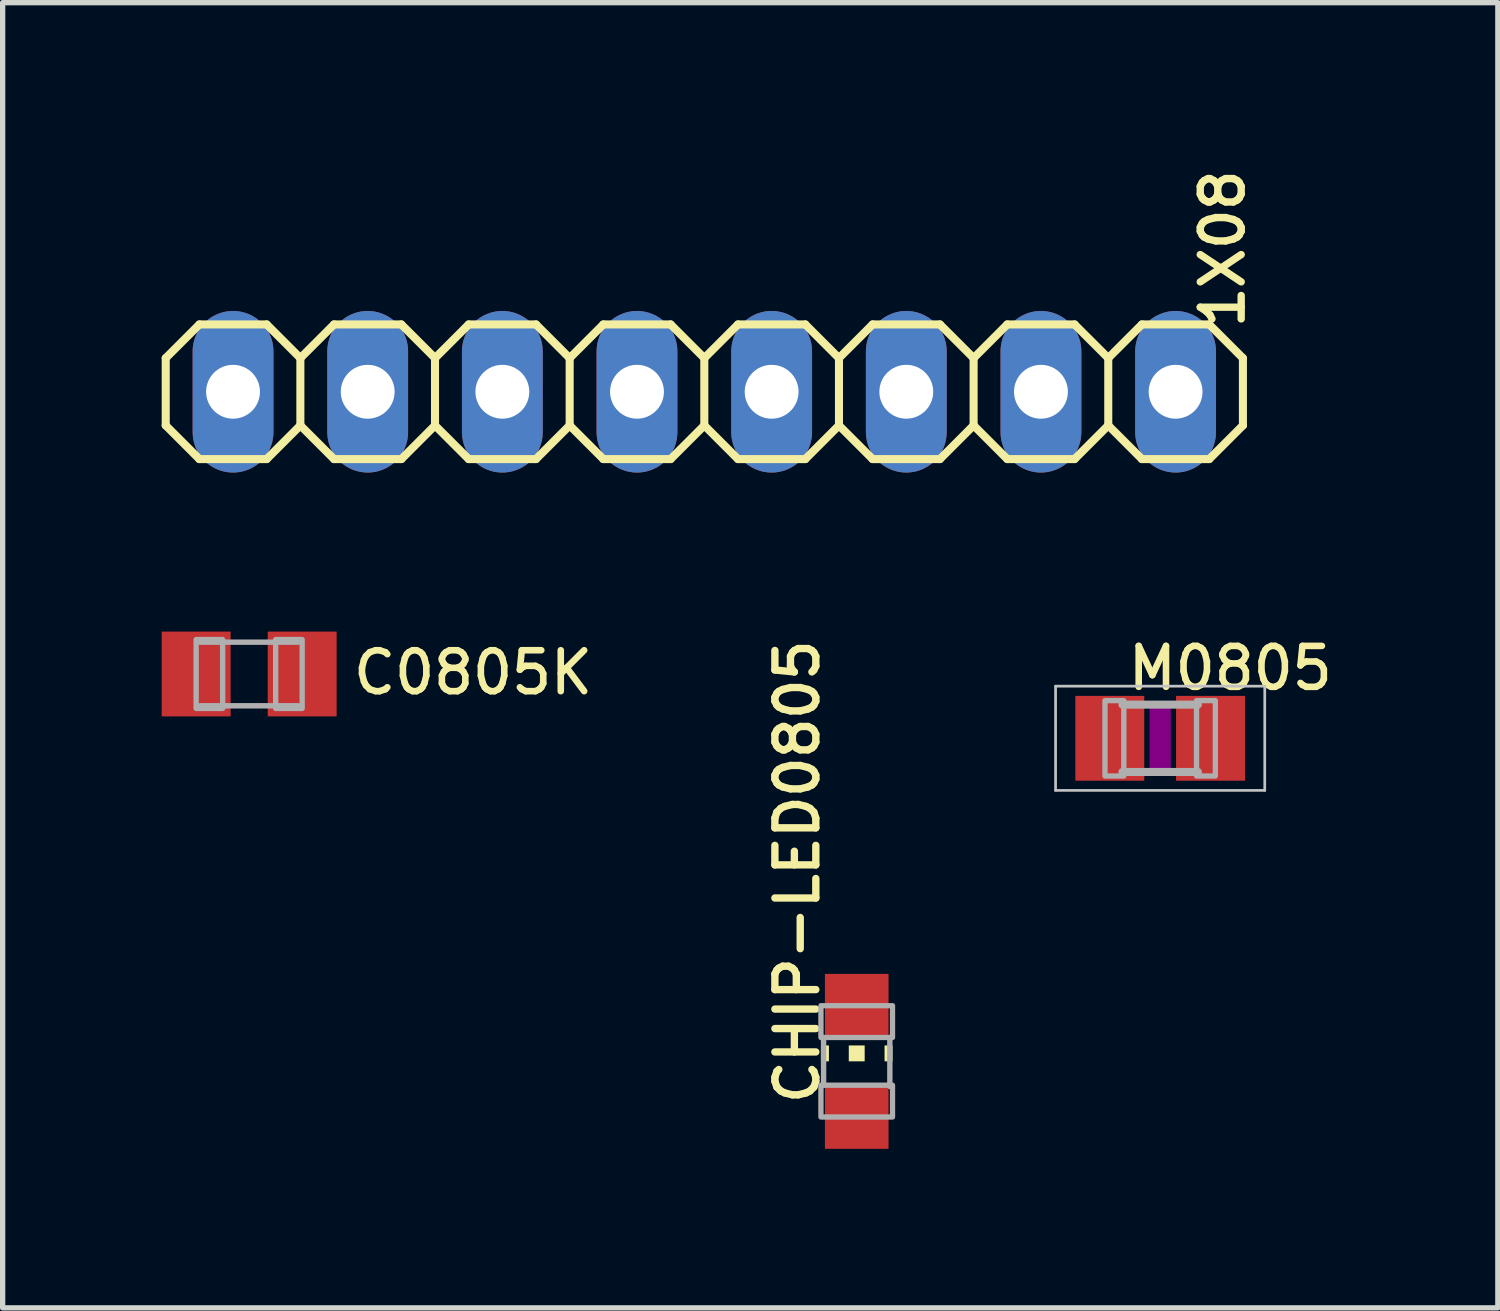
<source format=kicad_pcb>
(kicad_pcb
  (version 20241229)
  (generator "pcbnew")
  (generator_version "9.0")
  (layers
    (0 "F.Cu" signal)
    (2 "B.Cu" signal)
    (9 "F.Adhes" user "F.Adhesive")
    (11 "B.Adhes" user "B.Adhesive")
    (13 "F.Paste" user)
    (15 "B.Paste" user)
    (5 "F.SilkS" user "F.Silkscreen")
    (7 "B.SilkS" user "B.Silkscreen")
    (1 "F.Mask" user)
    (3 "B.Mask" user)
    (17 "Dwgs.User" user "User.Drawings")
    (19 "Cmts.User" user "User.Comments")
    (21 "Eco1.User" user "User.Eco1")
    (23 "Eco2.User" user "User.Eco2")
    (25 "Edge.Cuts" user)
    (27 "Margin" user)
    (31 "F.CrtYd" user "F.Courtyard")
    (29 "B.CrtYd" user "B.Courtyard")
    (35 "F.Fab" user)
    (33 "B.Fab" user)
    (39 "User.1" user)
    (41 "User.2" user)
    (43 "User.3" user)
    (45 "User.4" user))
  (footprint "CHIP-LED0805"
    (layer "F.Cu")
    (at 13.111 16.971)
    (property "Reference" "CHIP-LED0805" (at -0.67 0.87 270) (layer "F.SilkS") (effects (font (size 0.772 0.772) (thickness 0.139)) (justify left bottom)))
    (attr through_hole)
    (fp_poly (pts (xy -0.675 0) (xy -0.525 0) (xy -0.525 -0.3) (xy -0.675 -0.3)) (stroke (width 0) (type solid)) (fill yes) (layer "F.SilkS"))
    (fp_poly (pts (xy -0.15 0) (xy 0.15 0) (xy 0.15 -0.3) (xy -0.15 -0.3)) (stroke (width 0) (type solid)) (fill yes) (layer "F.SilkS"))
    (fp_poly (pts (xy 0.525 0) (xy 0.675 0) (xy 0.675 -0.3) (xy 0.525 -0.3)) (stroke (width 0) (type solid)) (fill yes) (layer "F.SilkS"))
    (fp_line (start -0.625 -0.45) (end -0.625 0.45) (stroke (width 0.102) (type solid)) (layer "F.Fab"))
    (fp_line (start 0.625 -0.45) (end 0.625 0.475) (stroke (width 0.102) (type solid)) (layer "F.Fab"))
    (fp_poly (pts (xy -0.675 -0.45) (xy 0.675 -0.45) (xy 0.675 -1.05) (xy -0.675 -1.05)) (stroke (width 0.1) (type solid)) (fill no) (layer "F.Fab"))
    (fp_poly (pts (xy -0.675 1.05) (xy 0.675 1.05) (xy 0.675 0.45) (xy -0.675 0.45)) (stroke (width 0.1) (type solid)) (fill no) (layer "F.Fab"))
    (pad "A" smd rect (at 0 1.05) (size 1.2 1.2) (layers "F.Cu" "F.Mask" "F.Paste"))
    (pad "C" smd rect (at 0 -1.05) (size 1.2 1.2) (layers "F.Cu" "F.Mask" "F.Paste")))
  (footprint "C0805K"
    (layer "F.Cu")
    (at 1.65 9.664)
    (property "Reference" "C0805K" (at 1.9 0.425 0) (layer "F.SilkS") (effects (font (size 0.772 0.772) (thickness 0.124)) (justify left bottom)))
    (attr smd)
    (fp_line (start -0.925 -0.6) (end 0.925 -0.6) (stroke (width 0.102) (type solid)) (layer "F.Fab"))
    (fp_line (start 0.925 0.6) (end -0.925 0.6) (stroke (width 0.102) (type solid)) (layer "F.Fab"))
    (fp_poly (pts (xy -1 0.65) (xy -0.5 0.65) (xy -0.5 -0.65) (xy -1 -0.65)) (stroke (width 0.1) (type solid)) (fill no) (layer "F.Fab"))
    (fp_poly (pts (xy 0.5 0.65) (xy 1 0.65) (xy 1 -0.65) (xy 0.5 -0.65)) (stroke (width 0.1) (type solid)) (fill no) (layer "F.Fab"))
    (pad "1" smd rect (at -1 0) (size 1.3 1.6) (layers "F.Cu" "F.Mask" "F.Paste"))
    (pad "2" smd rect (at 1 0) (size 1.3 1.6) (layers "F.Cu" "F.Mask" "F.Paste")))
  (footprint "M0805"
    (layer "F.Cu")
    (at 18.835 10.877)
    (property "Reference" "M0805" (at -0.67 -0.87 0) (layer "F.SilkS") (effects (font (size 0.772 0.772) (thickness 0.124)) (justify left bottom)))
    (attr smd)
    (fp_poly (pts (xy -0.2 0.6) (xy 0.2 0.6) (xy 0.2 -0.6) (xy -0.2 -0.6)) (stroke (width 0) (type solid)) (fill yes) (layer "F.Adhes"))
    (fp_line (start -1.973 -0.983) (end 1.973 -0.983) (stroke (width 0.051) (type solid)) (layer "Dwgs.User"))
    (fp_line (start -1.973 0.983) (end -1.973 -0.983) (stroke (width 0.051) (type solid)) (layer "Dwgs.User"))
    (fp_line (start 1.973 -0.983) (end 1.973 0.983) (stroke (width 0.051) (type solid)) (layer "Dwgs.User"))
    (fp_line (start 1.973 0.983) (end -1.973 0.983) (stroke (width 0.051) (type solid)) (layer "Dwgs.User"))
    (fp_line (start 0.711 -0.635) (end -0.711 -0.635) (stroke (width 0.152) (type solid)) (layer "F.Fab"))
    (fp_line (start 0.711 0.635) (end -0.711 0.635) (stroke (width 0.152) (type solid)) (layer "F.Fab"))
    (fp_poly (pts (xy -1.041 0.711) (xy -0.686 0.711) (xy -0.686 -0.711) (xy -1.041 -0.711)) (stroke (width 0.1) (type solid)) (fill no) (layer "F.Fab"))
    (fp_poly (pts (xy 0.686 0.711) (xy 1.041 0.711) (xy 1.041 -0.711) (xy 0.686 -0.711)) (stroke (width 0.1) (type solid)) (fill no) (layer "F.Fab"))
    (pad "1" smd rect (at -0.95 0) (size 1.3 1.6) (layers "F.Cu" "F.Mask" "F.Paste"))
    (pad "2" smd rect (at 0.95 0) (size 1.3 1.6) (layers "F.Cu" "F.Mask" "F.Paste")))
  (footprint "1X08"
    (layer "F.Cu")
    (at 10.236 4.34)
    (property "Reference" "1X08" (at 10.229 -1.136 270) (layer "F.SilkS") (effects (font (size 0.772 0.772) (thickness 0.139)) (justify left bottom)))
    (attr through_hole)
    (fp_line (start -10.16 -0.635) (end -10.16 0.635) (stroke (width 0.152) (type solid)) (layer "F.SilkS"))
    (fp_line (start -10.16 0.635) (end -9.525 1.27) (stroke (width 0.152) (type solid)) (layer "F.SilkS"))
    (fp_line (start -9.525 -1.27) (end -10.16 -0.635) (stroke (width 0.152) (type solid)) (layer "F.SilkS"))
    (fp_line (start -9.525 -1.27) (end -8.255 -1.27) (stroke (width 0.152) (type solid)) (layer "F.SilkS"))
    (fp_line (start -8.255 -1.27) (end -7.62 -0.635) (stroke (width 0.152) (type solid)) (layer "F.SilkS"))
    (fp_line (start -8.255 1.27) (end -9.525 1.27) (stroke (width 0.152) (type solid)) (layer "F.SilkS"))
    (fp_line (start -7.62 -0.635) (end -7.62 0.635) (stroke (width 0.152) (type solid)) (layer "F.SilkS"))
    (fp_line (start -7.62 -0.635) (end -6.985 -1.27) (stroke (width 0.152) (type solid)) (layer "F.SilkS"))
    (fp_line (start -7.62 0.635) (end -8.255 1.27) (stroke (width 0.152) (type solid)) (layer "F.SilkS"))
    (fp_line (start -6.985 -1.27) (end -5.715 -1.27) (stroke (width 0.152) (type solid)) (layer "F.SilkS"))
    (fp_line (start -6.985 1.27) (end -7.62 0.635) (stroke (width 0.152) (type solid)) (layer "F.SilkS"))
    (fp_line (start -5.715 -1.27) (end -5.08 -0.635) (stroke (width 0.152) (type solid)) (layer "F.SilkS"))
    (fp_line (start -5.715 1.27) (end -6.985 1.27) (stroke (width 0.152) (type solid)) (layer "F.SilkS"))
    (fp_line (start -5.08 -0.635) (end -5.08 0.635) (stroke (width 0.152) (type solid)) (layer "F.SilkS"))
    (fp_line (start -5.08 -0.635) (end -4.445 -1.27) (stroke (width 0.152) (type solid)) (layer "F.SilkS"))
    (fp_line (start -5.08 0.635) (end -5.715 1.27) (stroke (width 0.152) (type solid)) (layer "F.SilkS"))
    (fp_line (start -4.445 -1.27) (end -3.175 -1.27) (stroke (width 0.152) (type solid)) (layer "F.SilkS"))
    (fp_line (start -4.445 1.27) (end -5.08 0.635) (stroke (width 0.152) (type solid)) (layer "F.SilkS"))
    (fp_line (start -3.175 -1.27) (end -2.54 -0.635) (stroke (width 0.152) (type solid)) (layer "F.SilkS"))
    (fp_line (start -3.175 1.27) (end -4.445 1.27) (stroke (width 0.152) (type solid)) (layer "F.SilkS"))
    (fp_line (start -2.54 -0.635) (end -2.54 0.635) (stroke (width 0.152) (type solid)) (layer "F.SilkS"))
    (fp_line (start -2.54 0.635) (end -3.175 1.27) (stroke (width 0.152) (type solid)) (layer "F.SilkS"))
    (fp_line (start -2.54 0.635) (end -1.905 1.27) (stroke (width 0.152) (type solid)) (layer "F.SilkS"))
    (fp_line (start -1.905 -1.27) (end -2.54 -0.635) (stroke (width 0.152) (type solid)) (layer "F.SilkS"))
    (fp_line (start -1.905 -1.27) (end -0.635 -1.27) (stroke (width 0.152) (type solid)) (layer "F.SilkS"))
    (fp_line (start -0.635 -1.27) (end 0 -0.635) (stroke (width 0.152) (type solid)) (layer "F.SilkS"))
    (fp_line (start -0.635 1.27) (end -1.905 1.27) (stroke (width 0.152) (type solid)) (layer "F.SilkS"))
    (fp_line (start 0 -0.635) (end 0 0.635) (stroke (width 0.152) (type solid)) (layer "F.SilkS"))
    (fp_line (start 0 -0.635) (end 0.635 -1.27) (stroke (width 0.152) (type solid)) (layer "F.SilkS"))
    (fp_line (start 0 0.635) (end -0.635 1.27) (stroke (width 0.152) (type solid)) (layer "F.SilkS"))
    (fp_line (start 0.635 -1.27) (end 1.905 -1.27) (stroke (width 0.152) (type solid)) (layer "F.SilkS"))
    (fp_line (start 0.635 1.27) (end 0 0.635) (stroke (width 0.152) (type solid)) (layer "F.SilkS"))
    (fp_line (start 1.905 -1.27) (end 2.54 -0.635) (stroke (width 0.152) (type solid)) (layer "F.SilkS"))
    (fp_line (start 1.905 1.27) (end 0.635 1.27) (stroke (width 0.152) (type solid)) (layer "F.SilkS"))
    (fp_line (start 2.54 -0.635) (end 2.54 0.635) (stroke (width 0.152) (type solid)) (layer "F.SilkS"))
    (fp_line (start 2.54 -0.635) (end 3.175 -1.27) (stroke (width 0.152) (type solid)) (layer "F.SilkS"))
    (fp_line (start 2.54 0.635) (end 1.905 1.27) (stroke (width 0.152) (type solid)) (layer "F.SilkS"))
    (fp_line (start 3.175 -1.27) (end 4.445 -1.27) (stroke (width 0.152) (type solid)) (layer "F.SilkS"))
    (fp_line (start 3.175 1.27) (end 2.54 0.635) (stroke (width 0.152) (type solid)) (layer "F.SilkS"))
    (fp_line (start 4.445 -1.27) (end 5.08 -0.635) (stroke (width 0.152) (type solid)) (layer "F.SilkS"))
    (fp_line (start 4.445 1.27) (end 3.175 1.27) (stroke (width 0.152) (type solid)) (layer "F.SilkS"))
    (fp_line (start 5.08 -0.635) (end 5.08 0.635) (stroke (width 0.152) (type solid)) (layer "F.SilkS"))
    (fp_line (start 5.08 0.635) (end 4.445 1.27) (stroke (width 0.152) (type solid)) (layer "F.SilkS"))
    (fp_line (start 5.08 0.635) (end 5.715 1.27) (stroke (width 0.152) (type solid)) (layer "F.SilkS"))
    (fp_line (start 5.715 -1.27) (end 5.08 -0.635) (stroke (width 0.152) (type solid)) (layer "F.SilkS"))
    (fp_line (start 5.715 -1.27) (end 6.985 -1.27) (stroke (width 0.152) (type solid)) (layer "F.SilkS"))
    (fp_line (start 6.985 -1.27) (end 7.62 -0.635) (stroke (width 0.152) (type solid)) (layer "F.SilkS"))
    (fp_line (start 6.985 1.27) (end 5.715 1.27) (stroke (width 0.152) (type solid)) (layer "F.SilkS"))
    (fp_line (start 7.62 -0.635) (end 7.62 0.635) (stroke (width 0.152) (type solid)) (layer "F.SilkS"))
    (fp_line (start 7.62 0.635) (end 6.985 1.27) (stroke (width 0.152) (type solid)) (layer "F.SilkS"))
    (fp_line (start 7.62 0.635) (end 8.255 1.27) (stroke (width 0.152) (type solid)) (layer "F.SilkS"))
    (fp_line (start 8.255 -1.27) (end 7.62 -0.635) (stroke (width 0.152) (type solid)) (layer "F.SilkS"))
    (fp_line (start 8.255 -1.27) (end 9.525 -1.27) (stroke (width 0.152) (type solid)) (layer "F.SilkS"))
    (fp_line (start 9.525 -1.27) (end 10.16 -0.635) (stroke (width 0.152) (type solid)) (layer "F.SilkS"))
    (fp_line (start 9.525 1.27) (end 8.255 1.27) (stroke (width 0.152) (type solid)) (layer "F.SilkS"))
    (fp_line (start 10.16 -0.635) (end 10.16 0.635) (stroke (width 0.152) (type solid)) (layer "F.SilkS"))
    (fp_line (start 10.16 0.635) (end 9.525 1.27) (stroke (width 0.152) (type solid)) (layer "F.SilkS"))
    (fp_poly (pts (xy -9.144 0.254) (xy -8.636 0.254) (xy -8.636 -0.254) (xy -9.144 -0.254)) (stroke (width 0.1) (type solid)) (fill no) (layer "F.Fab"))
    (fp_poly (pts (xy -6.604 0.254) (xy -6.096 0.254) (xy -6.096 -0.254) (xy -6.604 -0.254)) (stroke (width 0.1) (type solid)) (fill no) (layer "F.Fab"))
    (fp_poly (pts (xy -4.064 0.254) (xy -3.556 0.254) (xy -3.556 -0.254) (xy -4.064 -0.254)) (stroke (width 0.1) (type solid)) (fill no) (layer "F.Fab"))
    (fp_poly (pts (xy -1.524 0.254) (xy -1.016 0.254) (xy -1.016 -0.254) (xy -1.524 -0.254)) (stroke (width 0.1) (type solid)) (fill no) (layer "F.Fab"))
    (fp_poly (pts (xy 1.016 0.254) (xy 1.524 0.254) (xy 1.524 -0.254) (xy 1.016 -0.254)) (stroke (width 0.1) (type solid)) (fill no) (layer "F.Fab"))
    (fp_poly (pts (xy 3.556 0.254) (xy 4.064 0.254) (xy 4.064 -0.254) (xy 3.556 -0.254)) (stroke (width 0.1) (type solid)) (fill no) (layer "F.Fab"))
    (fp_poly (pts (xy 6.096 0.254) (xy 6.604 0.254) (xy 6.604 -0.254) (xy 6.096 -0.254)) (stroke (width 0.1) (type solid)) (fill no) (layer "F.Fab"))
    (fp_poly (pts (xy 8.636 0.254) (xy 9.144 0.254) (xy 9.144 -0.254) (xy 8.636 -0.254)) (stroke (width 0.1) (type solid)) (fill no) (layer "F.Fab"))
    (pad "1" thru_hole oval (at -8.89 0 90) (size 3.048 1.524) (drill 1.016) (layers "*.Cu" "*.Mask"))
    (pad "2" thru_hole oval (at -6.35 0 90) (size 3.048 1.524) (drill 1.016) (layers "*.Cu" "*.Mask"))
    (pad "3" thru_hole oval (at -3.81 0 90) (size 3.048 1.524) (drill 1.016) (layers "*.Cu" "*.Mask"))
    (pad "4" thru_hole oval (at -1.27 0 90) (size 3.048 1.524) (drill 1.016) (layers "*.Cu" "*.Mask"))
    (pad "5" thru_hole oval (at 1.27 0 90) (size 3.048 1.524) (drill 1.016) (layers "*.Cu" "*.Mask"))
    (pad "6" thru_hole oval (at 3.81 0 90) (size 3.048 1.524) (drill 1.016) (layers "*.Cu" "*.Mask"))
    (pad "7" thru_hole oval (at 6.35 0 90) (size 3.048 1.524) (drill 1.016) (layers "*.Cu" "*.Mask"))
    (pad "8" thru_hole oval (at 8.89 0 90) (size 3.048 1.524) (drill 1.016) (layers "*.Cu" "*.Mask")))
  (gr_rect
    (start -3 -3)
    (end 25.205 21.621)
    (stroke (width 0.1) (type default))
    (fill no)
    (layer "Edge.Cuts")))
</source>
